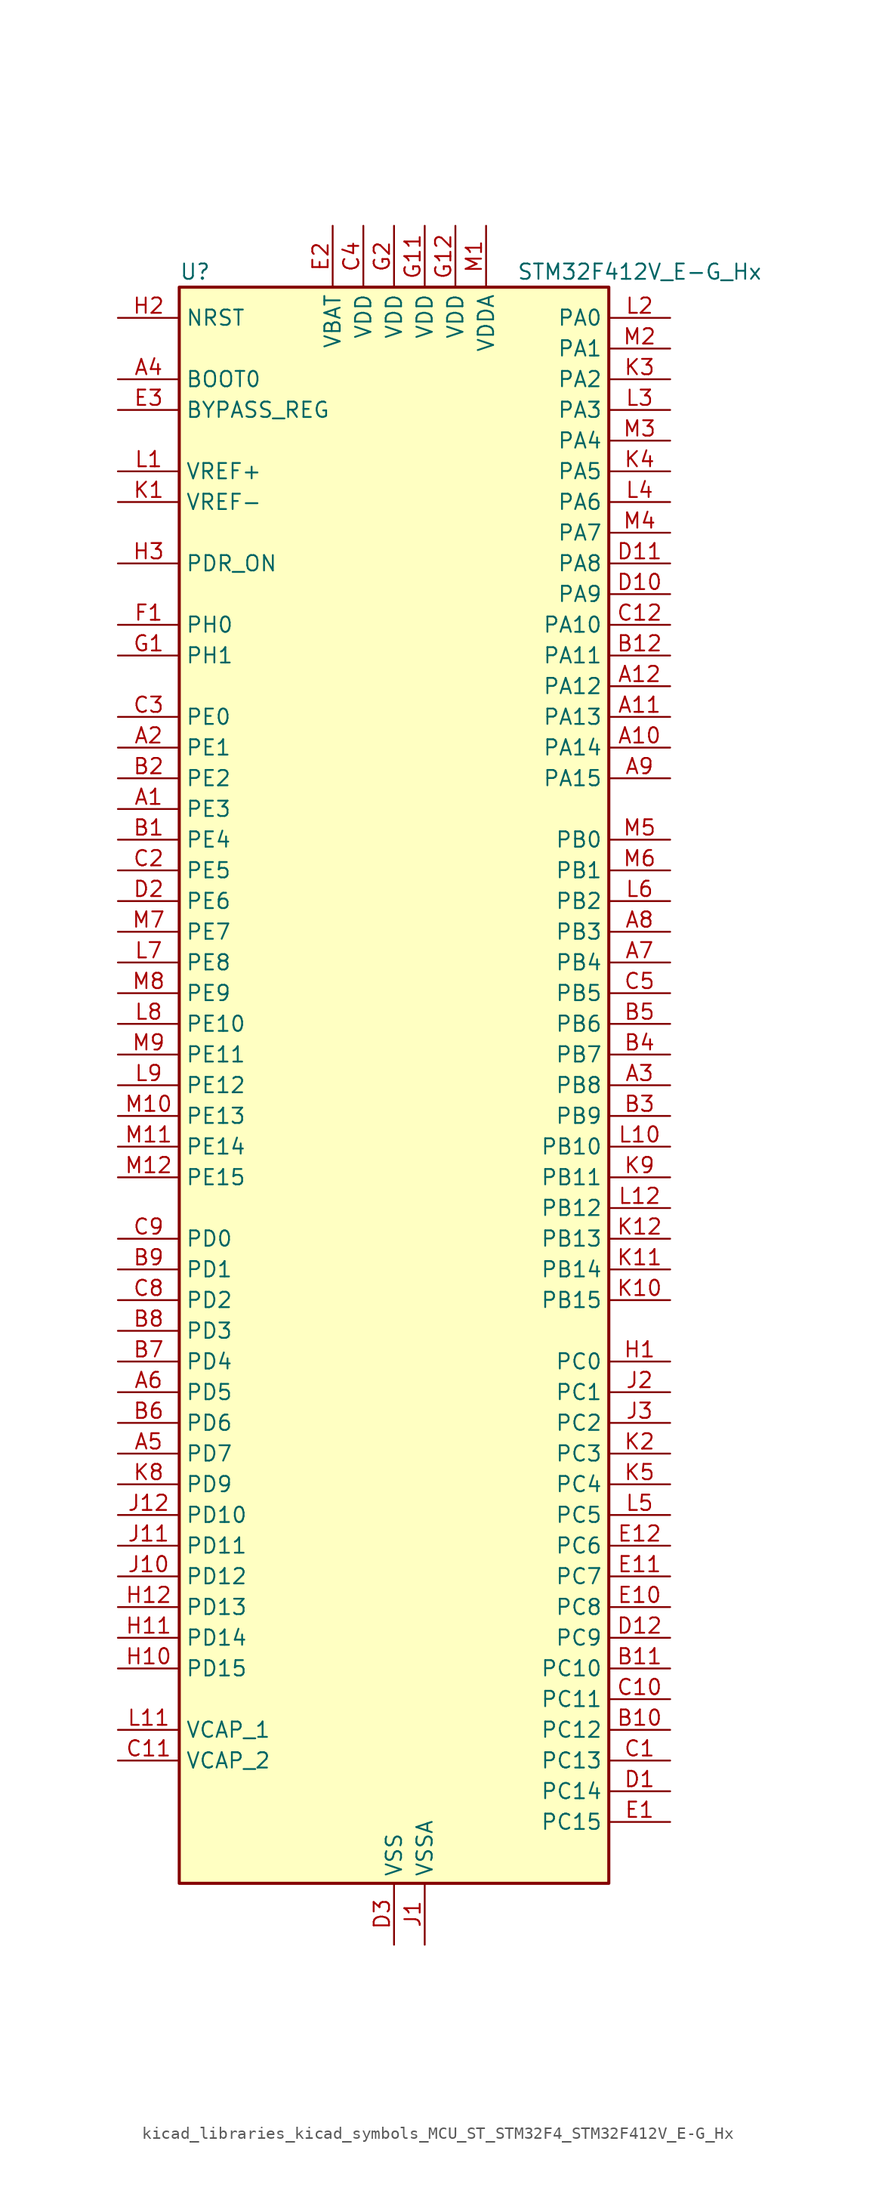
<source format=kicad_sym>
(kicad_symbol_lib
  (version 20220914)
  (generator kicad_symbol_editor)
  (symbol "kicad_libraries_kicad_symbols_MCU_ST_STM32F4_STM32F412V_E-G_Hx"
    (property "Reference" "U"
      (at -17.78 67.31 0)
      (effects (font (size 1.27 1.27)) (justify left)))
    (property "Value" "STM32F412V_E-G_Hx"
      (at 10.16 67.31 0)
      (effects (font (size 1.27 1.27)) (justify left)))
    (property "ki_locked" ""
      (at 0 0 0)
      (effects (font (size 1.27 1.27))))
    (symbol "kicad_libraries_kicad_symbols_MCU_ST_STM32F4_STM32F412V_E-G_Hx_0_1"
      (rectangle (start -17.78 -66.04) (end 17.78 66.04) (stroke (width 0.254) (type default)) (fill (type background))))
    (symbol "kicad_libraries_kicad_symbols_MCU_ST_STM32F4_STM32F412V_E-G_Hx_1_1"
      (pin bidirectional line (at -22.86 22.86 0) (length 5.08) (name "PE3" (effects (font (size 1.27 1.27)))) (number "A1" (effects (font (size 1.27 1.27)))) (alternate "FSMC_A19" bidirectional line) (alternate "SYS_TRACED0" bidirectional line))
      (pin bidirectional line (at 22.86 27.94 180) (length 5.08) (name "PA14" (effects (font (size 1.27 1.27)))) (number "A10" (effects (font (size 1.27 1.27)))) (alternate "SYS_JTCK-SWCLK" bidirectional line))
      (pin bidirectional line (at 22.86 30.48 180) (length 5.08) (name "PA13" (effects (font (size 1.27 1.27)))) (number "A11" (effects (font (size 1.27 1.27)))) (alternate "SYS_JTMS-SWDIO" bidirectional line))
      (pin bidirectional line (at 22.86 33.02 180) (length 5.08) (name "PA12" (effects (font (size 1.27 1.27)))) (number "A12" (effects (font (size 1.27 1.27)))) (alternate "CAN1_TX" bidirectional line) (alternate "SPI5_MISO" bidirectional line) (alternate "TIM1_ETR" bidirectional line) (alternate "USART1_RTS" bidirectional line) (alternate "USART6_RX" bidirectional line) (alternate "USB_OTG_FS_DP" bidirectional line))
      (pin bidirectional line (at -22.86 27.94 0) (length 5.08) (name "PE1" (effects (font (size 1.27 1.27)))) (number "A2" (effects (font (size 1.27 1.27)))) (alternate "FSMC_NBL1" bidirectional line))
      (pin bidirectional line (at 22.86 0 180) (length 5.08) (name "PB8" (effects (font (size 1.27 1.27)))) (number "A3" (effects (font (size 1.27 1.27)))) (alternate "CAN1_RX" bidirectional line) (alternate "I2C1_SCL" bidirectional line) (alternate "I2C3_SDA" bidirectional line) (alternate "I2S5_SD" bidirectional line) (alternate "SDIO_D4" bidirectional line) (alternate "SPI5_MOSI" bidirectional line) (alternate "TIM10_CH1" bidirectional line) (alternate "TIM4_CH3" bidirectional line))
      (pin input line (at -22.86 58.42 0) (length 5.08) (name "BOOT0" (effects (font (size 1.27 1.27)))) (number "A4" (effects (font (size 1.27 1.27)))))
      (pin bidirectional line (at -22.86 -30.48 0) (length 5.08) (name "PD7" (effects (font (size 1.27 1.27)))) (number "A5" (effects (font (size 1.27 1.27)))) (alternate "DFSDM1_CKIN1" bidirectional line) (alternate "FSMC_NE1" bidirectional line) (alternate "USART2_CK" bidirectional line))
      (pin bidirectional line (at -22.86 -25.4 0) (length 5.08) (name "PD5" (effects (font (size 1.27 1.27)))) (number "A6" (effects (font (size 1.27 1.27)))) (alternate "FSMC_NWE" bidirectional line) (alternate "USART2_TX" bidirectional line))
      (pin bidirectional line (at 22.86 10.16 180) (length 5.08) (name "PB4" (effects (font (size 1.27 1.27)))) (number "A7" (effects (font (size 1.27 1.27)))) (alternate "I2C3_SDA" bidirectional line) (alternate "I2S3_ext_SD" bidirectional line) (alternate "SDIO_D0" bidirectional line) (alternate "SPI1_MISO" bidirectional line) (alternate "SPI3_MISO" bidirectional line) (alternate "SYS_JTRST" bidirectional line) (alternate "TIM3_CH1" bidirectional line))
      (pin bidirectional line (at 22.86 12.7 180) (length 5.08) (name "PB3" (effects (font (size 1.27 1.27)))) (number "A8" (effects (font (size 1.27 1.27)))) (alternate "FMPI2C1_SDA" bidirectional line) (alternate "I2C2_SDA" bidirectional line) (alternate "I2S1_CK" bidirectional line) (alternate "I2S3_CK" bidirectional line) (alternate "SPI1_SCK" bidirectional line) (alternate "SPI3_SCK" bidirectional line) (alternate "SYS_JTDO-SWO" bidirectional line) (alternate "TIM2_CH2" bidirectional line) (alternate "USART1_RX" bidirectional line))
      (pin bidirectional line (at 22.86 25.4 180) (length 5.08) (name "PA15" (effects (font (size 1.27 1.27)))) (number "A9" (effects (font (size 1.27 1.27)))) (alternate "ADC1_EXTI15" bidirectional line) (alternate "I2S1_WS" bidirectional line) (alternate "I2S3_WS" bidirectional line) (alternate "SPI1_NSS" bidirectional line) (alternate "SPI3_NSS" bidirectional line) (alternate "SYS_JTDI" bidirectional line) (alternate "TIM2_CH1" bidirectional line) (alternate "TIM2_ETR" bidirectional line) (alternate "USART1_TX" bidirectional line))
      (pin bidirectional line (at -22.86 20.32 0) (length 5.08) (name "PE4" (effects (font (size 1.27 1.27)))) (number "B1" (effects (font (size 1.27 1.27)))) (alternate "DFSDM1_DATIN3" bidirectional line) (alternate "FSMC_A20" bidirectional line) (alternate "I2S4_WS" bidirectional line) (alternate "I2S5_WS" bidirectional line) (alternate "SPI4_NSS" bidirectional line) (alternate "SPI5_NSS" bidirectional line) (alternate "SYS_TRACED1" bidirectional line))
      (pin bidirectional line (at 22.86 -53.34 180) (length 5.08) (name "PC12" (effects (font (size 1.27 1.27)))) (number "B10" (effects (font (size 1.27 1.27)))) (alternate "FSMC_D3" bidirectional line) (alternate "FSMC_DA3" bidirectional line) (alternate "I2S3_SD" bidirectional line) (alternate "SDIO_CK" bidirectional line) (alternate "SPI3_MOSI" bidirectional line) (alternate "USART3_CK" bidirectional line))
      (pin bidirectional line (at 22.86 -48.26 180) (length 5.08) (name "PC10" (effects (font (size 1.27 1.27)))) (number "B11" (effects (font (size 1.27 1.27)))) (alternate "I2S3_CK" bidirectional line) (alternate "QUADSPI_BK1_IO1" bidirectional line) (alternate "SDIO_D2" bidirectional line) (alternate "SPI3_SCK" bidirectional line) (alternate "USART3_TX" bidirectional line))
      (pin bidirectional line (at 22.86 35.56 180) (length 5.08) (name "PA11" (effects (font (size 1.27 1.27)))) (number "B12" (effects (font (size 1.27 1.27)))) (alternate "ADC1_EXTI11" bidirectional line) (alternate "CAN1_RX" bidirectional line) (alternate "SPI4_MISO" bidirectional line) (alternate "TIM1_CH4" bidirectional line) (alternate "USART1_CTS" bidirectional line) (alternate "USART6_TX" bidirectional line) (alternate "USB_OTG_FS_DM" bidirectional line))
      (pin bidirectional line (at -22.86 25.4 0) (length 5.08) (name "PE2" (effects (font (size 1.27 1.27)))) (number "B2" (effects (font (size 1.27 1.27)))) (alternate "FSMC_A23" bidirectional line) (alternate "I2S4_CK" bidirectional line) (alternate "I2S5_CK" bidirectional line) (alternate "QUADSPI_BK1_IO2" bidirectional line) (alternate "SPI4_SCK" bidirectional line) (alternate "SPI5_SCK" bidirectional line) (alternate "SYS_TRACECLK" bidirectional line))
      (pin bidirectional line (at 22.86 -2.54 180) (length 5.08) (name "PB9" (effects (font (size 1.27 1.27)))) (number "B3" (effects (font (size 1.27 1.27)))) (alternate "CAN1_TX" bidirectional line) (alternate "I2C1_SDA" bidirectional line) (alternate "I2C2_SDA" bidirectional line) (alternate "I2S2_WS" bidirectional line) (alternate "SDIO_D5" bidirectional line) (alternate "SPI2_NSS" bidirectional line) (alternate "TIM11_CH1" bidirectional line) (alternate "TIM4_CH4" bidirectional line))
      (pin bidirectional line (at 22.86 2.54 180) (length 5.08) (name "PB7" (effects (font (size 1.27 1.27)))) (number "B4" (effects (font (size 1.27 1.27)))) (alternate "FSMC_NL" bidirectional line) (alternate "I2C1_SDA" bidirectional line) (alternate "TIM4_CH2" bidirectional line) (alternate "USART1_RX" bidirectional line))
      (pin bidirectional line (at 22.86 5.08 180) (length 5.08) (name "PB6" (effects (font (size 1.27 1.27)))) (number "B5" (effects (font (size 1.27 1.27)))) (alternate "CAN2_TX" bidirectional line) (alternate "I2C1_SCL" bidirectional line) (alternate "QUADSPI_BK1_NCS" bidirectional line) (alternate "SDIO_D0" bidirectional line) (alternate "TIM4_CH1" bidirectional line) (alternate "USART1_TX" bidirectional line))
      (pin bidirectional line (at -22.86 -27.94 0) (length 5.08) (name "PD6" (effects (font (size 1.27 1.27)))) (number "B6" (effects (font (size 1.27 1.27)))) (alternate "DFSDM1_DATIN1" bidirectional line) (alternate "FSMC_NWAIT" bidirectional line) (alternate "I2S3_SD" bidirectional line) (alternate "SPI3_MOSI" bidirectional line) (alternate "USART2_RX" bidirectional line))
      (pin bidirectional line (at -22.86 -22.86 0) (length 5.08) (name "PD4" (effects (font (size 1.27 1.27)))) (number "B7" (effects (font (size 1.27 1.27)))) (alternate "DFSDM1_CKIN0" bidirectional line) (alternate "FSMC_NOE" bidirectional line) (alternate "USART2_RTS" bidirectional line))
      (pin bidirectional line (at -22.86 -20.32 0) (length 5.08) (name "PD3" (effects (font (size 1.27 1.27)))) (number "B8" (effects (font (size 1.27 1.27)))) (alternate "DFSDM1_DATIN0" bidirectional line) (alternate "FSMC_CLK" bidirectional line) (alternate "I2S2_CK" bidirectional line) (alternate "QUADSPI_CLK" bidirectional line) (alternate "SPI2_SCK" bidirectional line) (alternate "SYS_TRACED1" bidirectional line) (alternate "USART2_CTS" bidirectional line))
      (pin bidirectional line (at -22.86 -15.24 0) (length 5.08) (name "PD1" (effects (font (size 1.27 1.27)))) (number "B9" (effects (font (size 1.27 1.27)))) (alternate "CAN1_TX" bidirectional line) (alternate "FSMC_D3" bidirectional line) (alternate "FSMC_DA3" bidirectional line))
      (pin bidirectional line (at 22.86 -55.88 180) (length 5.08) (name "PC13" (effects (font (size 1.27 1.27)))) (number "C1" (effects (font (size 1.27 1.27)))) (alternate "RTC_AF1" bidirectional line))
      (pin bidirectional line (at 22.86 -50.8 180) (length 5.08) (name "PC11" (effects (font (size 1.27 1.27)))) (number "C10" (effects (font (size 1.27 1.27)))) (alternate "ADC1_EXTI11" bidirectional line) (alternate "FSMC_D2" bidirectional line) (alternate "FSMC_DA2" bidirectional line) (alternate "I2S3_ext_SD" bidirectional line) (alternate "QUADSPI_BK2_NCS" bidirectional line) (alternate "SDIO_D3" bidirectional line) (alternate "SPI3_MISO" bidirectional line) (alternate "USART3_RX" bidirectional line))
      (pin power_out line (at -22.86 -55.88 0) (length 5.08) (name "VCAP_2" (effects (font (size 1.27 1.27)))) (number "C11" (effects (font (size 1.27 1.27)))))
      (pin bidirectional line (at 22.86 38.1 180) (length 5.08) (name "PA10" (effects (font (size 1.27 1.27)))) (number "C12" (effects (font (size 1.27 1.27)))) (alternate "I2S5_SD" bidirectional line) (alternate "SPI5_MOSI" bidirectional line) (alternate "TIM1_CH3" bidirectional line) (alternate "USART1_RX" bidirectional line) (alternate "USB_OTG_FS_ID" bidirectional line))
      (pin bidirectional line (at -22.86 17.78 0) (length 5.08) (name "PE5" (effects (font (size 1.27 1.27)))) (number "C2" (effects (font (size 1.27 1.27)))) (alternate "DFSDM1_CKIN3" bidirectional line) (alternate "FSMC_A21" bidirectional line) (alternate "SPI4_MISO" bidirectional line) (alternate "SPI5_MISO" bidirectional line) (alternate "SYS_TRACED2" bidirectional line) (alternate "TIM9_CH1" bidirectional line))
      (pin bidirectional line (at -22.86 30.48 0) (length 5.08) (name "PE0" (effects (font (size 1.27 1.27)))) (number "C3" (effects (font (size 1.27 1.27)))) (alternate "FSMC_NBL0" bidirectional line) (alternate "TIM4_ETR" bidirectional line))
      (pin power_in line (at -2.54 71.12 270) (length 5.08) (name "VDD" (effects (font (size 1.27 1.27)))) (number "C4" (effects (font (size 1.27 1.27)))))
      (pin bidirectional line (at 22.86 7.62 180) (length 5.08) (name "PB5" (effects (font (size 1.27 1.27)))) (number "C5" (effects (font (size 1.27 1.27)))) (alternate "CAN2_RX" bidirectional line) (alternate "I2C1_SMBA" bidirectional line) (alternate "I2S1_SD" bidirectional line) (alternate "I2S3_SD" bidirectional line) (alternate "SDIO_D3" bidirectional line) (alternate "SPI1_MOSI" bidirectional line) (alternate "SPI3_MOSI" bidirectional line) (alternate "TIM3_CH2" bidirectional line))
      (pin bidirectional line (at -22.86 -17.78 0) (length 5.08) (name "PD2" (effects (font (size 1.27 1.27)))) (number "C8" (effects (font (size 1.27 1.27)))) (alternate "FSMC_NWE" bidirectional line) (alternate "SDIO_CMD" bidirectional line) (alternate "TIM3_ETR" bidirectional line))
      (pin bidirectional line (at -22.86 -12.7 0) (length 5.08) (name "PD0" (effects (font (size 1.27 1.27)))) (number "C9" (effects (font (size 1.27 1.27)))) (alternate "CAN1_RX" bidirectional line) (alternate "FSMC_D2" bidirectional line) (alternate "FSMC_DA2" bidirectional line))
      (pin bidirectional line (at 22.86 -58.42 180) (length 5.08) (name "PC14" (effects (font (size 1.27 1.27)))) (number "D1" (effects (font (size 1.27 1.27)))) (alternate "RCC_OSC32_IN" bidirectional line))
      (pin bidirectional line (at 22.86 40.64 180) (length 5.08) (name "PA9" (effects (font (size 1.27 1.27)))) (number "D10" (effects (font (size 1.27 1.27)))) (alternate "I2C3_SMBA" bidirectional line) (alternate "SDIO_D2" bidirectional line) (alternate "TIM1_CH2" bidirectional line) (alternate "USART1_TX" bidirectional line) (alternate "USB_OTG_FS_VBUS" bidirectional line))
      (pin bidirectional line (at 22.86 43.18 180) (length 5.08) (name "PA8" (effects (font (size 1.27 1.27)))) (number "D11" (effects (font (size 1.27 1.27)))) (alternate "I2C3_SCL" bidirectional line) (alternate "RCC_MCO_1" bidirectional line) (alternate "SDIO_D1" bidirectional line) (alternate "TIM1_CH1" bidirectional line) (alternate "USART1_CK" bidirectional line) (alternate "USB_OTG_FS_SOF" bidirectional line))
      (pin bidirectional line (at 22.86 -45.72 180) (length 5.08) (name "PC9" (effects (font (size 1.27 1.27)))) (number "D12" (effects (font (size 1.27 1.27)))) (alternate "I2C3_SDA" bidirectional line) (alternate "I2S_CKIN" bidirectional line) (alternate "QUADSPI_BK1_IO0" bidirectional line) (alternate "RCC_MCO_2" bidirectional line) (alternate "SDIO_D1" bidirectional line) (alternate "TIM3_CH4" bidirectional line) (alternate "TIM8_CH4" bidirectional line))
      (pin bidirectional line (at -22.86 15.24 0) (length 5.08) (name "PE6" (effects (font (size 1.27 1.27)))) (number "D2" (effects (font (size 1.27 1.27)))) (alternate "FSMC_A22" bidirectional line) (alternate "I2S4_SD" bidirectional line) (alternate "I2S5_SD" bidirectional line) (alternate "SPI4_MOSI" bidirectional line) (alternate "SPI5_MOSI" bidirectional line) (alternate "SYS_TRACED3" bidirectional line) (alternate "TIM9_CH2" bidirectional line))
      (pin power_in line (at 0 -71.12 90) (length 5.08) (name "VSS" (effects (font (size 1.27 1.27)))) (number "D3" (effects (font (size 1.27 1.27)))))
      (pin bidirectional line (at 22.86 -60.96 180) (length 5.08) (name "PC15" (effects (font (size 1.27 1.27)))) (number "E1" (effects (font (size 1.27 1.27)))) (alternate "ADC1_EXTI15" bidirectional line) (alternate "RCC_OSC32_OUT" bidirectional line))
      (pin bidirectional line (at 22.86 -43.18 180) (length 5.08) (name "PC8" (effects (font (size 1.27 1.27)))) (number "E10" (effects (font (size 1.27 1.27)))) (alternate "QUADSPI_BK1_IO2" bidirectional line) (alternate "SDIO_D0" bidirectional line) (alternate "TIM3_CH3" bidirectional line) (alternate "TIM8_CH3" bidirectional line) (alternate "USART6_CK" bidirectional line))
      (pin bidirectional line (at 22.86 -40.64 180) (length 5.08) (name "PC7" (effects (font (size 1.27 1.27)))) (number "E11" (effects (font (size 1.27 1.27)))) (alternate "DFSDM1_DATIN3" bidirectional line) (alternate "FMPI2C1_SDA" bidirectional line) (alternate "I2S2_CK" bidirectional line) (alternate "I2S3_MCK" bidirectional line) (alternate "SDIO_D7" bidirectional line) (alternate "SPI2_SCK" bidirectional line) (alternate "TIM3_CH2" bidirectional line) (alternate "TIM8_CH2" bidirectional line) (alternate "USART6_RX" bidirectional line))
      (pin bidirectional line (at 22.86 -38.1 180) (length 5.08) (name "PC6" (effects (font (size 1.27 1.27)))) (number "E12" (effects (font (size 1.27 1.27)))) (alternate "DFSDM1_CKIN3" bidirectional line) (alternate "FMPI2C1_SCL" bidirectional line) (alternate "FSMC_D1" bidirectional line) (alternate "FSMC_DA1" bidirectional line) (alternate "I2S2_MCK" bidirectional line) (alternate "SDIO_D6" bidirectional line) (alternate "TIM3_CH1" bidirectional line) (alternate "TIM8_CH1" bidirectional line) (alternate "USART6_TX" bidirectional line))
      (pin power_in line (at -5.08 71.12 270) (length 5.08) (name "VBAT" (effects (font (size 1.27 1.27)))) (number "E2" (effects (font (size 1.27 1.27)))))
      (pin input line (at -22.86 55.88 0) (length 5.08) (name "BYPASS_REG" (effects (font (size 1.27 1.27)))) (number "E3" (effects (font (size 1.27 1.27)))))
      (pin bidirectional line (at -22.86 38.1 0) (length 5.08) (name "PH0" (effects (font (size 1.27 1.27)))) (number "F1" (effects (font (size 1.27 1.27)))) (alternate "RCC_OSC_IN" bidirectional line))
      (pin passive line (at 0 -71.12 90) (length 5.08) hide (name "VSS" (effects (font (size 1.27 1.27)))) (number "F11" (effects (font (size 1.27 1.27)))))
      (pin passive line (at 0 -71.12 90) (length 5.08) hide (name "VSS" (effects (font (size 1.27 1.27)))) (number "F12" (effects (font (size 1.27 1.27)))))
      (pin passive line (at 0 -71.12 90) (length 5.08) hide (name "VSS" (effects (font (size 1.27 1.27)))) (number "F2" (effects (font (size 1.27 1.27)))))
      (pin bidirectional line (at -22.86 35.56 0) (length 5.08) (name "PH1" (effects (font (size 1.27 1.27)))) (number "G1" (effects (font (size 1.27 1.27)))) (alternate "RCC_OSC_OUT" bidirectional line))
      (pin power_in line (at 2.54 71.12 270) (length 5.08) (name "VDD" (effects (font (size 1.27 1.27)))) (number "G11" (effects (font (size 1.27 1.27)))))
      (pin power_in line (at 5.08 71.12 270) (length 5.08) (name "VDD" (effects (font (size 1.27 1.27)))) (number "G12" (effects (font (size 1.27 1.27)))))
      (pin power_in line (at 0 71.12 270) (length 5.08) (name "VDD" (effects (font (size 1.27 1.27)))) (number "G2" (effects (font (size 1.27 1.27)))))
      (pin bidirectional line (at 22.86 -22.86 180) (length 5.08) (name "PC0" (effects (font (size 1.27 1.27)))) (number "H1" (effects (font (size 1.27 1.27)))) (alternate "ADC1_IN10" bidirectional line) (alternate "SYS_WKUP2" bidirectional line))
      (pin bidirectional line (at -22.86 -48.26 0) (length 5.08) (name "PD15" (effects (font (size 1.27 1.27)))) (number "H10" (effects (font (size 1.27 1.27)))) (alternate "ADC1_EXTI15" bidirectional line) (alternate "FMPI2C1_SDA" bidirectional line) (alternate "FSMC_D1" bidirectional line) (alternate "FSMC_DA1" bidirectional line) (alternate "TIM4_CH4" bidirectional line))
      (pin bidirectional line (at -22.86 -45.72 0) (length 5.08) (name "PD14" (effects (font (size 1.27 1.27)))) (number "H11" (effects (font (size 1.27 1.27)))) (alternate "FMPI2C1_SCL" bidirectional line) (alternate "FSMC_D0" bidirectional line) (alternate "FSMC_DA0" bidirectional line) (alternate "TIM4_CH3" bidirectional line))
      (pin bidirectional line (at -22.86 -43.18 0) (length 5.08) (name "PD13" (effects (font (size 1.27 1.27)))) (number "H12" (effects (font (size 1.27 1.27)))) (alternate "FMPI2C1_SDA" bidirectional line) (alternate "FSMC_A18" bidirectional line) (alternate "QUADSPI_BK1_IO3" bidirectional line) (alternate "TIM4_CH2" bidirectional line))
      (pin input line (at -22.86 63.5 0) (length 5.08) (name "NRST" (effects (font (size 1.27 1.27)))) (number "H2" (effects (font (size 1.27 1.27)))))
      (pin input line (at -22.86 43.18 0) (length 5.08) (name "PDR_ON" (effects (font (size 1.27 1.27)))) (number "H3" (effects (font (size 1.27 1.27)))))
      (pin power_in line (at 2.54 -71.12 90) (length 5.08) (name "VSSA" (effects (font (size 1.27 1.27)))) (number "J1" (effects (font (size 1.27 1.27)))))
      (pin bidirectional line (at -22.86 -40.64 0) (length 5.08) (name "PD12" (effects (font (size 1.27 1.27)))) (number "J10" (effects (font (size 1.27 1.27)))) (alternate "FMPI2C1_SCL" bidirectional line) (alternate "FSMC_A17" bidirectional line) (alternate "QUADSPI_BK1_IO1" bidirectional line) (alternate "TIM4_CH1" bidirectional line) (alternate "USART3_RTS" bidirectional line))
      (pin bidirectional line (at -22.86 -38.1 0) (length 5.08) (name "PD11" (effects (font (size 1.27 1.27)))) (number "J11" (effects (font (size 1.27 1.27)))) (alternate "ADC1_EXTI11" bidirectional line) (alternate "FMPI2C1_SMBA" bidirectional line) (alternate "FSMC_A16" bidirectional line) (alternate "QUADSPI_BK1_IO0" bidirectional line) (alternate "USART3_CTS" bidirectional line))
      (pin bidirectional line (at -22.86 -35.56 0) (length 5.08) (name "PD10" (effects (font (size 1.27 1.27)))) (number "J12" (effects (font (size 1.27 1.27)))) (alternate "FSMC_D15" bidirectional line) (alternate "FSMC_DA15" bidirectional line) (alternate "USART3_CK" bidirectional line))
      (pin bidirectional line (at 22.86 -25.4 180) (length 5.08) (name "PC1" (effects (font (size 1.27 1.27)))) (number "J2" (effects (font (size 1.27 1.27)))) (alternate "ADC1_IN11" bidirectional line) (alternate "SYS_WKUP3" bidirectional line))
      (pin bidirectional line (at 22.86 -27.94 180) (length 5.08) (name "PC2" (effects (font (size 1.27 1.27)))) (number "J3" (effects (font (size 1.27 1.27)))) (alternate "ADC1_IN12" bidirectional line) (alternate "DFSDM1_CKOUT" bidirectional line) (alternate "FSMC_NWE" bidirectional line) (alternate "I2S2_ext_SD" bidirectional line) (alternate "SPI2_MISO" bidirectional line))
      (pin input line (at -22.86 48.26 0) (length 5.08) (name "VREF-" (effects (font (size 1.27 1.27)))) (number "K1" (effects (font (size 1.27 1.27)))))
      (pin bidirectional line (at 22.86 -17.78 180) (length 5.08) (name "PB15" (effects (font (size 1.27 1.27)))) (number "K10" (effects (font (size 1.27 1.27)))) (alternate "ADC1_EXTI15" bidirectional line) (alternate "DFSDM1_CKIN2" bidirectional line) (alternate "FMPI2C1_SCL" bidirectional line) (alternate "I2S2_SD" bidirectional line) (alternate "RTC_REFIN" bidirectional line) (alternate "SDIO_CK" bidirectional line) (alternate "SPI2_MOSI" bidirectional line) (alternate "TIM12_CH2" bidirectional line) (alternate "TIM1_CH3N" bidirectional line) (alternate "TIM8_CH3N" bidirectional line))
      (pin bidirectional line (at 22.86 -15.24 180) (length 5.08) (name "PB14" (effects (font (size 1.27 1.27)))) (number "K11" (effects (font (size 1.27 1.27)))) (alternate "DFSDM1_DATIN2" bidirectional line) (alternate "FMPI2C1_SDA" bidirectional line) (alternate "FSMC_D0" bidirectional line) (alternate "FSMC_DA0" bidirectional line) (alternate "I2S2_ext_SD" bidirectional line) (alternate "SDIO_D6" bidirectional line) (alternate "SPI2_MISO" bidirectional line) (alternate "TIM12_CH1" bidirectional line) (alternate "TIM1_CH2N" bidirectional line) (alternate "TIM8_CH2N" bidirectional line) (alternate "USART3_RTS" bidirectional line))
      (pin bidirectional line (at 22.86 -12.7 180) (length 5.08) (name "PB13" (effects (font (size 1.27 1.27)))) (number "K12" (effects (font (size 1.27 1.27)))) (alternate "CAN2_TX" bidirectional line) (alternate "DFSDM1_CKIN1" bidirectional line) (alternate "FMPI2C1_SMBA" bidirectional line) (alternate "I2S2_CK" bidirectional line) (alternate "I2S4_CK" bidirectional line) (alternate "SPI2_SCK" bidirectional line) (alternate "SPI4_SCK" bidirectional line) (alternate "TIM1_CH1N" bidirectional line) (alternate "USART3_CTS" bidirectional line))
      (pin bidirectional line (at 22.86 -30.48 180) (length 5.08) (name "PC3" (effects (font (size 1.27 1.27)))) (number "K2" (effects (font (size 1.27 1.27)))) (alternate "ADC1_IN13" bidirectional line) (alternate "FSMC_A0" bidirectional line) (alternate "I2S2_SD" bidirectional line) (alternate "SPI2_MOSI" bidirectional line))
      (pin bidirectional line (at 22.86 58.42 180) (length 5.08) (name "PA2" (effects (font (size 1.27 1.27)))) (number "K3" (effects (font (size 1.27 1.27)))) (alternate "ADC1_IN2" bidirectional line) (alternate "FSMC_D4" bidirectional line) (alternate "FSMC_DA4" bidirectional line) (alternate "I2S_CKIN" bidirectional line) (alternate "TIM2_CH3" bidirectional line) (alternate "TIM5_CH3" bidirectional line) (alternate "TIM9_CH1" bidirectional line) (alternate "USART2_TX" bidirectional line))
      (pin bidirectional line (at 22.86 50.8 180) (length 5.08) (name "PA5" (effects (font (size 1.27 1.27)))) (number "K4" (effects (font (size 1.27 1.27)))) (alternate "ADC1_IN5" bidirectional line) (alternate "DFSDM1_CKIN1" bidirectional line) (alternate "FSMC_D7" bidirectional line) (alternate "FSMC_DA7" bidirectional line) (alternate "I2S1_CK" bidirectional line) (alternate "SPI1_SCK" bidirectional line) (alternate "TIM2_CH1" bidirectional line) (alternate "TIM2_ETR" bidirectional line) (alternate "TIM8_CH1N" bidirectional line))
      (pin bidirectional line (at 22.86 -33.02 180) (length 5.08) (name "PC4" (effects (font (size 1.27 1.27)))) (number "K5" (effects (font (size 1.27 1.27)))) (alternate "ADC1_IN14" bidirectional line) (alternate "FSMC_NE4" bidirectional line) (alternate "I2S1_MCK" bidirectional line) (alternate "QUADSPI_BK2_IO2" bidirectional line))
      (pin bidirectional line (at -22.86 -33.02 0) (length 5.08) (name "PD9" (effects (font (size 1.27 1.27)))) (number "K8" (effects (font (size 1.27 1.27)))) (alternate "FSMC_D14" bidirectional line) (alternate "FSMC_DA14" bidirectional line) (alternate "USART3_RX" bidirectional line))
      (pin bidirectional line (at 22.86 -7.62 180) (length 5.08) (name "PB11" (effects (font (size 1.27 1.27)))) (number "K9" (effects (font (size 1.27 1.27)))) (alternate "ADC1_EXTI11" bidirectional line) (alternate "I2C2_SDA" bidirectional line) (alternate "I2S_CKIN" bidirectional line) (alternate "TIM2_CH4" bidirectional line) (alternate "USART3_RX" bidirectional line))
      (pin input line (at -22.86 50.8 0) (length 5.08) (name "VREF+" (effects (font (size 1.27 1.27)))) (number "L1" (effects (font (size 1.27 1.27)))))
      (pin bidirectional line (at 22.86 -5.08 180) (length 5.08) (name "PB10" (effects (font (size 1.27 1.27)))) (number "L10" (effects (font (size 1.27 1.27)))) (alternate "FMPI2C1_SCL" bidirectional line) (alternate "I2C2_SCL" bidirectional line) (alternate "I2S2_CK" bidirectional line) (alternate "I2S3_MCK" bidirectional line) (alternate "SDIO_D7" bidirectional line) (alternate "SPI2_SCK" bidirectional line) (alternate "TIM2_CH3" bidirectional line) (alternate "USART3_TX" bidirectional line))
      (pin power_out line (at -22.86 -53.34 0) (length 5.08) (name "VCAP_1" (effects (font (size 1.27 1.27)))) (number "L11" (effects (font (size 1.27 1.27)))))
      (pin bidirectional line (at 22.86 -10.16 180) (length 5.08) (name "PB12" (effects (font (size 1.27 1.27)))) (number "L12" (effects (font (size 1.27 1.27)))) (alternate "CAN2_RX" bidirectional line) (alternate "DFSDM1_DATIN1" bidirectional line) (alternate "FSMC_D13" bidirectional line) (alternate "FSMC_DA13" bidirectional line) (alternate "I2C2_SMBA" bidirectional line) (alternate "I2S2_WS" bidirectional line) (alternate "I2S3_CK" bidirectional line) (alternate "I2S4_WS" bidirectional line) (alternate "SPI2_NSS" bidirectional line) (alternate "SPI3_SCK" bidirectional line) (alternate "SPI4_NSS" bidirectional line) (alternate "TIM1_BKIN" bidirectional line) (alternate "USART3_CK" bidirectional line))
      (pin bidirectional line (at 22.86 63.5 180) (length 5.08) (name "PA0" (effects (font (size 1.27 1.27)))) (number "L2" (effects (font (size 1.27 1.27)))) (alternate "ADC1_IN0" bidirectional line) (alternate "SYS_WKUP1" bidirectional line) (alternate "TIM2_CH1" bidirectional line) (alternate "TIM2_ETR" bidirectional line) (alternate "TIM5_CH1" bidirectional line) (alternate "TIM8_ETR" bidirectional line) (alternate "USART2_CTS" bidirectional line))
      (pin bidirectional line (at 22.86 55.88 180) (length 5.08) (name "PA3" (effects (font (size 1.27 1.27)))) (number "L3" (effects (font (size 1.27 1.27)))) (alternate "ADC1_IN3" bidirectional line) (alternate "FSMC_D5" bidirectional line) (alternate "FSMC_DA5" bidirectional line) (alternate "I2S2_MCK" bidirectional line) (alternate "TIM2_CH4" bidirectional line) (alternate "TIM5_CH4" bidirectional line) (alternate "TIM9_CH2" bidirectional line) (alternate "USART2_RX" bidirectional line))
      (pin bidirectional line (at 22.86 48.26 180) (length 5.08) (name "PA6" (effects (font (size 1.27 1.27)))) (number "L4" (effects (font (size 1.27 1.27)))) (alternate "ADC1_IN6" bidirectional line) (alternate "I2S2_MCK" bidirectional line) (alternate "QUADSPI_BK2_IO0" bidirectional line) (alternate "SDIO_CMD" bidirectional line) (alternate "SPI1_MISO" bidirectional line) (alternate "TIM13_CH1" bidirectional line) (alternate "TIM1_BKIN" bidirectional line) (alternate "TIM3_CH1" bidirectional line) (alternate "TIM8_BKIN" bidirectional line))
      (pin bidirectional line (at 22.86 -35.56 180) (length 5.08) (name "PC5" (effects (font (size 1.27 1.27)))) (number "L5" (effects (font (size 1.27 1.27)))) (alternate "ADC1_IN15" bidirectional line) (alternate "FMPI2C1_SMBA" bidirectional line) (alternate "FSMC_NOE" bidirectional line) (alternate "QUADSPI_BK2_IO3" bidirectional line) (alternate "USART3_RX" bidirectional line))
      (pin bidirectional line (at 22.86 15.24 180) (length 5.08) (name "PB2" (effects (font (size 1.27 1.27)))) (number "L6" (effects (font (size 1.27 1.27)))) (alternate "DFSDM1_CKIN0" bidirectional line) (alternate "QUADSPI_CLK" bidirectional line))
      (pin bidirectional line (at -22.86 10.16 0) (length 5.08) (name "PE8" (effects (font (size 1.27 1.27)))) (number "L7" (effects (font (size 1.27 1.27)))) (alternate "DFSDM1_CKIN2" bidirectional line) (alternate "FSMC_D5" bidirectional line) (alternate "FSMC_DA5" bidirectional line) (alternate "QUADSPI_BK2_IO1" bidirectional line) (alternate "TIM1_CH1N" bidirectional line))
      (pin bidirectional line (at -22.86 5.08 0) (length 5.08) (name "PE10" (effects (font (size 1.27 1.27)))) (number "L8" (effects (font (size 1.27 1.27)))) (alternate "FSMC_D7" bidirectional line) (alternate "FSMC_DA7" bidirectional line) (alternate "QUADSPI_BK2_IO3" bidirectional line) (alternate "TIM1_CH2N" bidirectional line))
      (pin bidirectional line (at -22.86 0 0) (length 5.08) (name "PE12" (effects (font (size 1.27 1.27)))) (number "L9" (effects (font (size 1.27 1.27)))) (alternate "FSMC_D9" bidirectional line) (alternate "FSMC_DA9" bidirectional line) (alternate "I2S4_CK" bidirectional line) (alternate "I2S5_CK" bidirectional line) (alternate "SPI4_SCK" bidirectional line) (alternate "SPI5_SCK" bidirectional line) (alternate "TIM1_CH3N" bidirectional line))
      (pin power_in line (at 7.62 71.12 270) (length 5.08) (name "VDDA" (effects (font (size 1.27 1.27)))) (number "M1" (effects (font (size 1.27 1.27)))))
      (pin bidirectional line (at -22.86 -2.54 0) (length 5.08) (name "PE13" (effects (font (size 1.27 1.27)))) (number "M10" (effects (font (size 1.27 1.27)))) (alternate "FSMC_D10" bidirectional line) (alternate "FSMC_DA10" bidirectional line) (alternate "SPI4_MISO" bidirectional line) (alternate "SPI5_MISO" bidirectional line) (alternate "TIM1_CH3" bidirectional line))
      (pin bidirectional line (at -22.86 -5.08 0) (length 5.08) (name "PE14" (effects (font (size 1.27 1.27)))) (number "M11" (effects (font (size 1.27 1.27)))) (alternate "FSMC_D11" bidirectional line) (alternate "FSMC_DA11" bidirectional line) (alternate "I2S4_SD" bidirectional line) (alternate "I2S5_SD" bidirectional line) (alternate "SPI4_MOSI" bidirectional line) (alternate "SPI5_MOSI" bidirectional line) (alternate "TIM1_CH4" bidirectional line))
      (pin bidirectional line (at -22.86 -7.62 0) (length 5.08) (name "PE15" (effects (font (size 1.27 1.27)))) (number "M12" (effects (font (size 1.27 1.27)))) (alternate "ADC1_EXTI15" bidirectional line) (alternate "FSMC_D12" bidirectional line) (alternate "FSMC_DA12" bidirectional line) (alternate "TIM1_BKIN" bidirectional line))
      (pin bidirectional line (at 22.86 60.96 180) (length 5.08) (name "PA1" (effects (font (size 1.27 1.27)))) (number "M2" (effects (font (size 1.27 1.27)))) (alternate "ADC1_IN1" bidirectional line) (alternate "I2S4_SD" bidirectional line) (alternate "QUADSPI_BK1_IO3" bidirectional line) (alternate "SPI4_MOSI" bidirectional line) (alternate "TIM2_CH2" bidirectional line) (alternate "TIM5_CH2" bidirectional line) (alternate "USART2_RTS" bidirectional line))
      (pin bidirectional line (at 22.86 53.34 180) (length 5.08) (name "PA4" (effects (font (size 1.27 1.27)))) (number "M3" (effects (font (size 1.27 1.27)))) (alternate "ADC1_IN4" bidirectional line) (alternate "DFSDM1_DATIN1" bidirectional line) (alternate "FSMC_D6" bidirectional line) (alternate "FSMC_DA6" bidirectional line) (alternate "I2S1_WS" bidirectional line) (alternate "I2S3_WS" bidirectional line) (alternate "SPI1_NSS" bidirectional line) (alternate "SPI3_NSS" bidirectional line) (alternate "USART2_CK" bidirectional line))
      (pin bidirectional line (at 22.86 45.72 180) (length 5.08) (name "PA7" (effects (font (size 1.27 1.27)))) (number "M4" (effects (font (size 1.27 1.27)))) (alternate "ADC1_IN7" bidirectional line) (alternate "I2S1_SD" bidirectional line) (alternate "QUADSPI_BK2_IO1" bidirectional line) (alternate "SPI1_MOSI" bidirectional line) (alternate "TIM14_CH1" bidirectional line) (alternate "TIM1_CH1N" bidirectional line) (alternate "TIM3_CH2" bidirectional line) (alternate "TIM8_CH1N" bidirectional line))
      (pin bidirectional line (at 22.86 20.32 180) (length 5.08) (name "PB0" (effects (font (size 1.27 1.27)))) (number "M5" (effects (font (size 1.27 1.27)))) (alternate "ADC1_IN8" bidirectional line) (alternate "I2S5_CK" bidirectional line) (alternate "SPI5_SCK" bidirectional line) (alternate "TIM1_CH2N" bidirectional line) (alternate "TIM3_CH3" bidirectional line) (alternate "TIM8_CH2N" bidirectional line))
      (pin bidirectional line (at 22.86 17.78 180) (length 5.08) (name "PB1" (effects (font (size 1.27 1.27)))) (number "M6" (effects (font (size 1.27 1.27)))) (alternate "ADC1_IN9" bidirectional line) (alternate "DFSDM1_DATIN0" bidirectional line) (alternate "I2S5_WS" bidirectional line) (alternate "QUADSPI_CLK" bidirectional line) (alternate "SPI5_NSS" bidirectional line) (alternate "TIM1_CH3N" bidirectional line) (alternate "TIM3_CH4" bidirectional line) (alternate "TIM8_CH3N" bidirectional line))
      (pin bidirectional line (at -22.86 12.7 0) (length 5.08) (name "PE7" (effects (font (size 1.27 1.27)))) (number "M7" (effects (font (size 1.27 1.27)))) (alternate "DFSDM1_DATIN2" bidirectional line) (alternate "FSMC_D4" bidirectional line) (alternate "FSMC_DA4" bidirectional line) (alternate "QUADSPI_BK2_IO0" bidirectional line) (alternate "TIM1_ETR" bidirectional line))
      (pin bidirectional line (at -22.86 7.62 0) (length 5.08) (name "PE9" (effects (font (size 1.27 1.27)))) (number "M8" (effects (font (size 1.27 1.27)))) (alternate "DFSDM1_CKOUT" bidirectional line) (alternate "FSMC_D6" bidirectional line) (alternate "FSMC_DA6" bidirectional line) (alternate "QUADSPI_BK2_IO2" bidirectional line) (alternate "TIM1_CH1" bidirectional line))
      (pin bidirectional line (at -22.86 2.54 0) (length 5.08) (name "PE11" (effects (font (size 1.27 1.27)))) (number "M9" (effects (font (size 1.27 1.27)))) (alternate "ADC1_EXTI11" bidirectional line) (alternate "FSMC_D8" bidirectional line) (alternate "FSMC_DA8" bidirectional line) (alternate "I2S4_WS" bidirectional line) (alternate "I2S5_WS" bidirectional line) (alternate "SPI4_NSS" bidirectional line) (alternate "SPI5_NSS" bidirectional line) (alternate "TIM1_CH2" bidirectional line)))))
</source>
